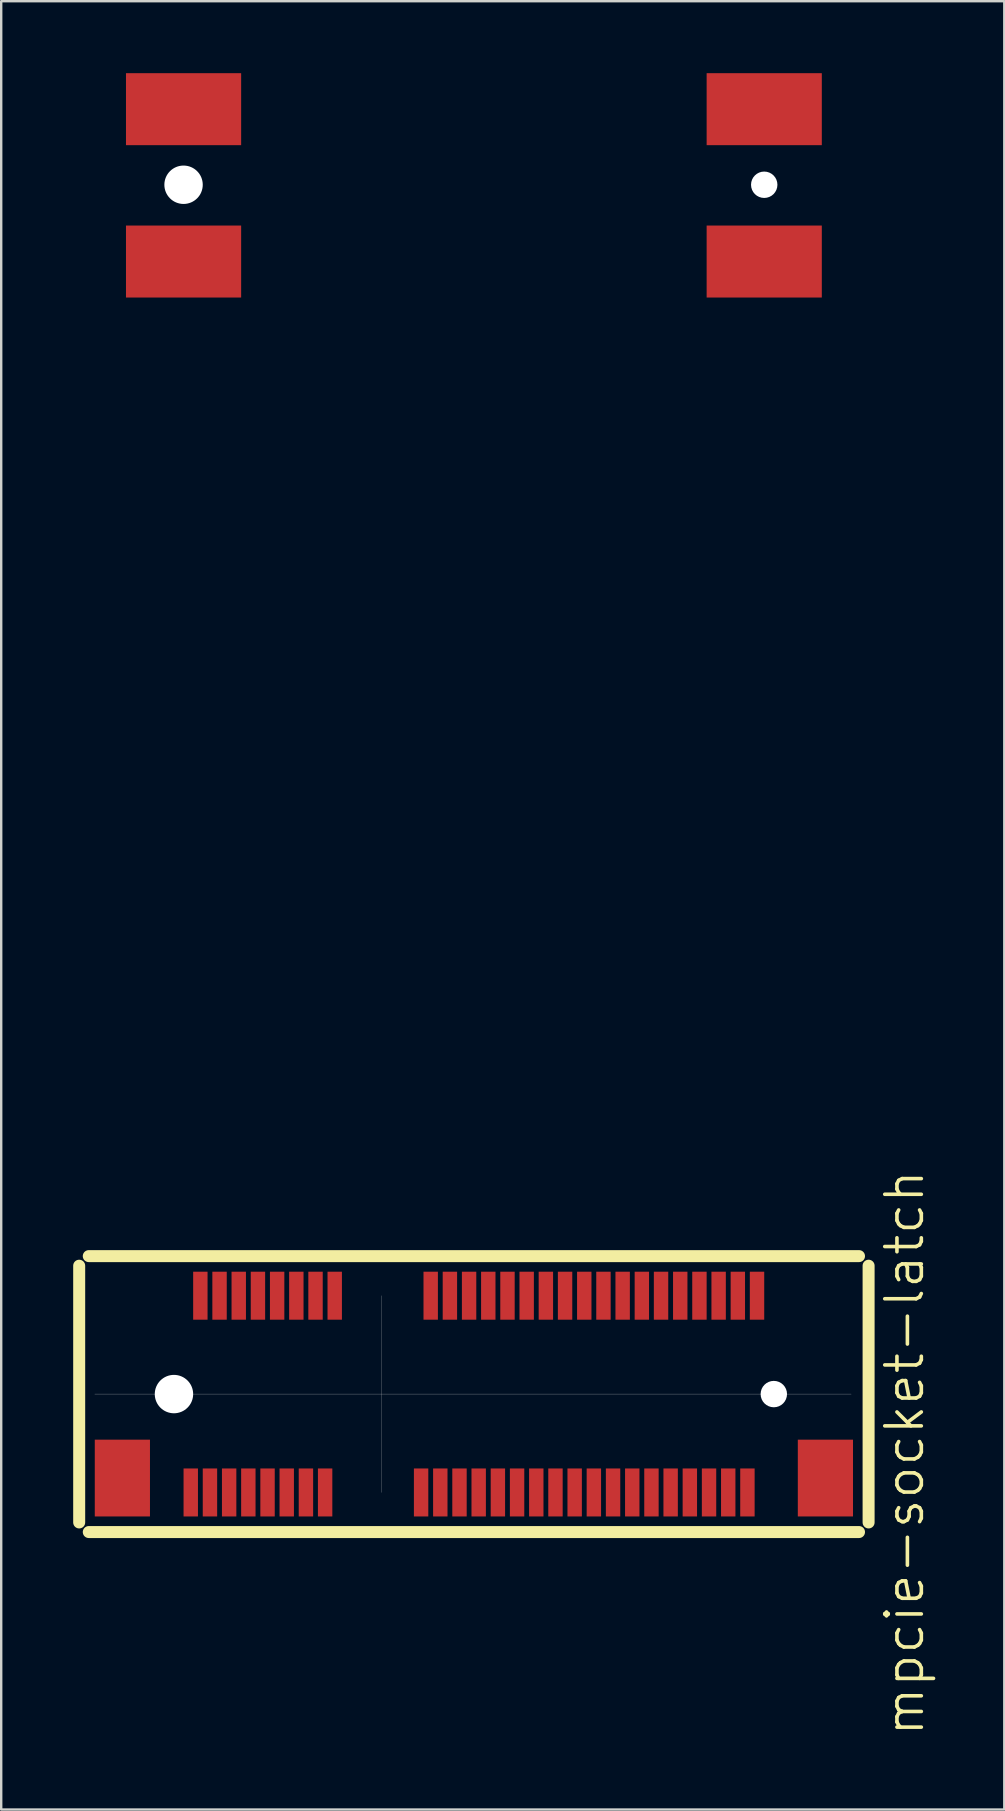
<source format=kicad_pcb>
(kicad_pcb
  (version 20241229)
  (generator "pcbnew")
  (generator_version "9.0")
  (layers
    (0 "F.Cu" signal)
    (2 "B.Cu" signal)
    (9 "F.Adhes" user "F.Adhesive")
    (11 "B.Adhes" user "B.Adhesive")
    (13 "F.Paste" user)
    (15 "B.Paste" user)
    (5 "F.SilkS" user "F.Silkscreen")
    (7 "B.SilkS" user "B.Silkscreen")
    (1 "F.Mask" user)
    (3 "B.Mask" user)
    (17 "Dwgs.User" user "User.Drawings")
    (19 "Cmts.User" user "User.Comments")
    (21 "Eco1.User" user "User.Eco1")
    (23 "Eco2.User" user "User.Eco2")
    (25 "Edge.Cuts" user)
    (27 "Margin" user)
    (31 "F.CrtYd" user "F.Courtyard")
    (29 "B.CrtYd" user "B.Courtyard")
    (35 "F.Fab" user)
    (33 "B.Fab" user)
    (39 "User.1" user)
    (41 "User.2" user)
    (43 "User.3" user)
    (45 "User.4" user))
  (footprint "mpcie-socket-latch"
    (layer "F.Cu")
    (at 4.2 55.05)
    (property "Reference" "mpcie-socket-latch" (at 30.45 2.45 90) (layer "F.SilkS") (effects (font (size 1.524 1.524) (thickness 0.15))))
    (attr through_hole)
    (fp_line (start -3.95 -5.35) (end -3.95 5.35) (stroke (width 0.5) (type solid)) (layer "F.SilkS"))
    (fp_line (start -3.55 5.75) (end 28.55 5.75) (stroke (width 0.5) (type solid)) (layer "F.SilkS"))
    (fp_line (start 28.55 -5.75) (end -3.55 -5.75) (stroke (width 0.5) (type solid)) (layer "F.SilkS"))
    (fp_line (start 28.95 5.35) (end 28.95 -5.35) (stroke (width 0.5) (type solid)) (layer "F.SilkS"))
    (fp_line (start -3.3 0) (end 28.225 0) (stroke (width 0.01) (type solid)) (layer "Dwgs.User"))
    (fp_line (start 8.65 4.1) (end 8.65 -4.1) (stroke (width 0.01) (type solid)) (layer "Dwgs.User"))
    (pad "" smd rect (at -2.15 3.5) (size 2.3 3.2) (layers "F.Cu" "F.Mask" "F.Paste"))
    (pad "" np_thru_hole circle (at 0 0) (size 1.6 1.6) (drill 1.6) (layers "*.Cu" "*.Mask"))
    (pad "" smd rect (at 0.4 -53.55) (size 4.8 3) (layers "F.Cu" "F.Mask" "F.Paste"))
    (pad "" np_thru_hole circle (at 0.4 -50.4) (size 1.6 1.6) (drill 1.6) (layers "*.Cu" "*.Mask"))
    (pad "" smd rect (at 0.4 -47.2) (size 4.8 3) (layers "F.Cu" "F.Mask" "F.Paste"))
    (pad "" smd rect (at 24.6 -53.55) (size 4.8 3) (layers "F.Cu" "F.Mask" "F.Paste"))
    (pad "" np_thru_hole circle (at 24.6 -50.4) (size 1.1 1.1) (drill 1.1) (layers "*.Cu" "*.Mask"))
    (pad "" smd rect (at 24.6 -47.2) (size 4.8 3) (layers "F.Cu" "F.Mask" "F.Paste"))
    (pad "" np_thru_hole circle (at 25 0) (size 1.1 1.1) (drill 1.1) (layers "*.Cu" "*.Mask"))
    (pad "" smd rect (at 27.15 3.5) (size 2.3 3.2) (layers "F.Cu" "F.Mask" "F.Paste"))
    (pad "1" smd rect (at 0.7 4.1) (size 0.6 2) (layers "F.Cu" "F.Mask" "F.Paste"))
    (pad "2" smd rect (at 1.1 -4.1) (size 0.6 2) (layers "F.Cu" "F.Mask" "F.Paste"))
    (pad "3" smd rect (at 1.5 4.1) (size 0.6 2) (layers "F.Cu" "F.Mask" "F.Paste"))
    (pad "4" smd rect (at 1.9 -4.1) (size 0.6 2) (layers "F.Cu" "F.Mask" "F.Paste"))
    (pad "5" smd rect (at 2.3 4.1) (size 0.6 2) (layers "F.Cu" "F.Mask" "F.Paste"))
    (pad "6" smd rect (at 2.7 -4.1) (size 0.6 2) (layers "F.Cu" "F.Mask" "F.Paste"))
    (pad "7" smd rect (at 3.1 4.1) (size 0.6 2) (layers "F.Cu" "F.Mask" "F.Paste"))
    (pad "8" smd rect (at 3.5 -4.1) (size 0.6 2) (layers "F.Cu" "F.Mask" "F.Paste"))
    (pad "9" smd rect (at 3.9 4.1) (size 0.6 2) (layers "F.Cu" "F.Mask" "F.Paste"))
    (pad "10" smd rect (at 4.3 -4.1) (size 0.6 2) (layers "F.Cu" "F.Mask" "F.Paste"))
    (pad "11" smd rect (at 4.7 4.1) (size 0.6 2) (layers "F.Cu" "F.Mask" "F.Paste"))
    (pad "12" smd rect (at 5.1 -4.1) (size 0.6 2) (layers "F.Cu" "F.Mask" "F.Paste"))
    (pad "13" smd rect (at 5.5 4.1) (size 0.6 2) (layers "F.Cu" "F.Mask" "F.Paste"))
    (pad "14" smd rect (at 5.9 -4.1) (size 0.6 2) (layers "F.Cu" "F.Mask" "F.Paste"))
    (pad "15" smd rect (at 6.3 4.1) (size 0.6 2) (layers "F.Cu" "F.Mask" "F.Paste"))
    (pad "16" smd rect (at 6.7 -4.1) (size 0.6 2) (layers "F.Cu" "F.Mask" "F.Paste"))
    (pad "17" smd rect (at 10.3 4.1) (size 0.6 2) (layers "F.Cu" "F.Mask" "F.Paste"))
    (pad "18" smd rect (at 10.7 -4.1) (size 0.6 2) (layers "F.Cu" "F.Mask" "F.Paste"))
    (pad "19" smd rect (at 11.1 4.1) (size 0.6 2) (layers "F.Cu" "F.Mask" "F.Paste"))
    (pad "20" smd rect (at 11.5 -4.1) (size 0.6 2) (layers "F.Cu" "F.Mask" "F.Paste"))
    (pad "21" smd rect (at 11.9 4.1) (size 0.6 2) (layers "F.Cu" "F.Mask" "F.Paste"))
    (pad "22" smd rect (at 12.3 -4.1) (size 0.6 2) (layers "F.Cu" "F.Mask" "F.Paste"))
    (pad "23" smd rect (at 12.7 4.1) (size 0.6 2) (layers "F.Cu" "F.Mask" "F.Paste"))
    (pad "24" smd rect (at 13.1 -4.1) (size 0.6 2) (layers "F.Cu" "F.Mask" "F.Paste"))
    (pad "25" smd rect (at 13.5 4.1) (size 0.6 2) (layers "F.Cu" "F.Mask" "F.Paste"))
    (pad "26" smd rect (at 13.9 -4.1) (size 0.6 2) (layers "F.Cu" "F.Mask" "F.Paste"))
    (pad "27" smd rect (at 14.3 4.1) (size 0.6 2) (layers "F.Cu" "F.Mask" "F.Paste"))
    (pad "28" smd rect (at 14.7 -4.1) (size 0.6 2) (layers "F.Cu" "F.Mask" "F.Paste"))
    (pad "29" smd rect (at 15.1 4.1) (size 0.6 2) (layers "F.Cu" "F.Mask" "F.Paste"))
    (pad "30" smd rect (at 15.5 -4.1) (size 0.6 2) (layers "F.Cu" "F.Mask" "F.Paste"))
    (pad "31" smd rect (at 15.9 4.1) (size 0.6 2) (layers "F.Cu" "F.Mask" "F.Paste"))
    (pad "32" smd rect (at 16.3 -4.1) (size 0.6 2) (layers "F.Cu" "F.Mask" "F.Paste"))
    (pad "33" smd rect (at 16.7 4.1) (size 0.6 2) (layers "F.Cu" "F.Mask" "F.Paste"))
    (pad "34" smd rect (at 17.1 -4.1) (size 0.6 2) (layers "F.Cu" "F.Mask" "F.Paste"))
    (pad "35" smd rect (at 17.5 4.1) (size 0.6 2) (layers "F.Cu" "F.Mask" "F.Paste"))
    (pad "36" smd rect (at 17.9 -4.1) (size 0.6 2) (layers "F.Cu" "F.Mask" "F.Paste"))
    (pad "37" smd rect (at 18.3 4.1) (size 0.6 2) (layers "F.Cu" "F.Mask" "F.Paste"))
    (pad "38" smd rect (at 18.7 -4.1) (size 0.6 2) (layers "F.Cu" "F.Mask" "F.Paste"))
    (pad "39" smd rect (at 19.1 4.1) (size 0.6 2) (layers "F.Cu" "F.Mask" "F.Paste"))
    (pad "40" smd rect (at 19.5 -4.1) (size 0.6 2) (layers "F.Cu" "F.Mask" "F.Paste"))
    (pad "41" smd rect (at 19.9 4.1) (size 0.6 2) (layers "F.Cu" "F.Mask" "F.Paste"))
    (pad "42" smd rect (at 20.3 -4.1) (size 0.6 2) (layers "F.Cu" "F.Mask" "F.Paste"))
    (pad "43" smd rect (at 20.7 4.1) (size 0.6 2) (layers "F.Cu" "F.Mask" "F.Paste"))
    (pad "44" smd rect (at 21.1 -4.1) (size 0.6 2) (layers "F.Cu" "F.Mask" "F.Paste"))
    (pad "45" smd rect (at 21.5 4.1) (size 0.6 2) (layers "F.Cu" "F.Mask" "F.Paste"))
    (pad "46" smd rect (at 21.9 -4.1) (size 0.6 2) (layers "F.Cu" "F.Mask" "F.Paste"))
    (pad "47" smd rect (at 22.3 4.1) (size 0.6 2) (layers "F.Cu" "F.Mask" "F.Paste"))
    (pad "48" smd rect (at 22.7 -4.1) (size 0.6 2) (layers "F.Cu" "F.Mask" "F.Paste"))
    (pad "49" smd rect (at 23.1 4.1) (size 0.6 2) (layers "F.Cu" "F.Mask" "F.Paste"))
    (pad "50" smd rect (at 23.5 -4.1) (size 0.6 2) (layers "F.Cu" "F.Mask" "F.Paste"))
    (pad "51" smd rect (at 23.9 4.1) (size 0.6 2) (layers "F.Cu" "F.Mask" "F.Paste"))
    (pad "52" smd rect (at 24.3 -4.1) (size 0.6 2) (layers "F.Cu" "F.Mask" "F.Paste")))
  (gr_rect
    (start -3 -3)
    (end 38.805 72.365)
    (stroke (width 0.1) (type default))
    (fill no)
    (layer "Edge.Cuts")))
</source>
